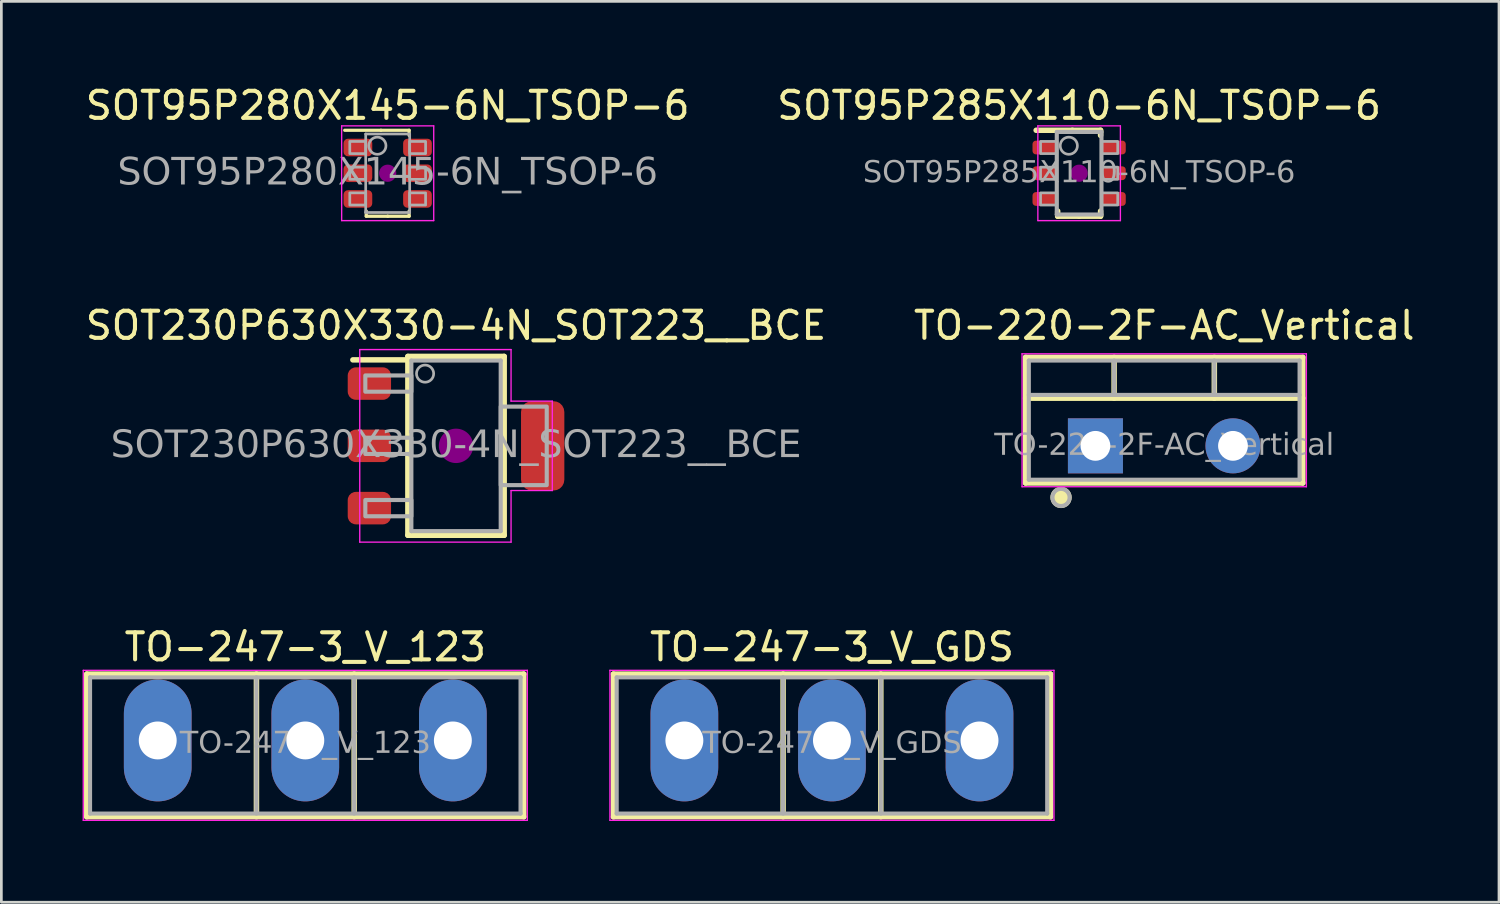
<source format=kicad_pcb>
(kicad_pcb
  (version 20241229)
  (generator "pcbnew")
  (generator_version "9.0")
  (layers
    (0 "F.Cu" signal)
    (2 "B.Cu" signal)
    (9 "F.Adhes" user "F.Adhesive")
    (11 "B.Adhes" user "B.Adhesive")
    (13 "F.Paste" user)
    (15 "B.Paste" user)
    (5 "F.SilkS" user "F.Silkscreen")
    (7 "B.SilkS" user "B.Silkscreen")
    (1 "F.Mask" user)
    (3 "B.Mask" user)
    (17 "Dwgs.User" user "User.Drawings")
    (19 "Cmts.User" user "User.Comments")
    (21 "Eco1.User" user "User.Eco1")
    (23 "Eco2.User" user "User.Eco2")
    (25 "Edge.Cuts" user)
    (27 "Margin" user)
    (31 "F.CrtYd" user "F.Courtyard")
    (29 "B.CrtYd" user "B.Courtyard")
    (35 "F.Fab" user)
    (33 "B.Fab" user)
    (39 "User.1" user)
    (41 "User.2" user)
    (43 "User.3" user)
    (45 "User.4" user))
  (footprint "SOT95P285X110-6N_TSOP-6"
    (layer "F.Cu")
    (at 36.804 3.348)
    (property "Reference" "SOT95P285X110-6N_TSOP-6" (at 0 -2.5 0) (layer "F.SilkS") (effects (font (size 1 1) (thickness 0.15))))
    (attr smd)
    (private_layers "User.1")
    (fp_line (start -0.792 1.397) (end -0.792 1.587) (stroke (width 0.203) (type solid)) (layer "F.SilkS"))
    (fp_line (start -0.792 1.587) (end 0 1.587) (stroke (width 0.203) (type solid)) (layer "F.SilkS"))
    (fp_line (start -0.249 -1.587) (end -1.587 -1.587) (stroke (width 0.203) (type solid)) (layer "F.SilkS"))
    (fp_line (start 0.792 -1.587) (end -0.249 -1.587) (stroke (width 0.203) (type solid)) (layer "F.SilkS"))
    (fp_line (start 0.792 -1.587) (end 0.792 -1.397) (stroke (width 0.203) (type solid)) (layer "F.SilkS"))
    (fp_line (start 0.792 1.397) (end 0.792 1.587) (stroke (width 0.203) (type solid)) (layer "F.SilkS"))
    (fp_line (start 0.792 1.587) (end 0 1.587) (stroke (width 0.203) (type solid)) (layer "F.SilkS"))
    (fp_circle (center 0 0) (end 0.318 0) (stroke (width 0) (type solid)) (fill yes) (layer "F.Adhes"))
    (fp_line (start -1.524 -1.75) (end 1.524 -1.75) (stroke (width 0.05) (type solid)) (layer "F.CrtYd"))
    (fp_line (start -1.524 1.75) (end -1.524 -1.75) (stroke (width 0.05) (type solid)) (layer "F.CrtYd"))
    (fp_line (start 1.524 -1.75) (end 1.524 1.75) (stroke (width 0.05) (type solid)) (layer "F.CrtYd"))
    (fp_line (start 1.524 1.75) (end -1.524 1.75) (stroke (width 0.05) (type solid)) (layer "F.CrtYd"))
    (fp_line (start -0.825 -1.525) (end -0.825 1.525) (stroke (width 0.152) (type solid)) (layer "F.Fab"))
    (fp_line (start -0.825 1.525) (end 0.825 1.525) (stroke (width 0.152) (type solid)) (layer "F.Fab"))
    (fp_line (start 0.825 -1.525) (end -0.825 -1.525) (stroke (width 0.152) (type solid)) (layer "F.Fab"))
    (fp_line (start 0.825 1.525) (end 0.825 -1.525) (stroke (width 0.152) (type solid)) (layer "F.Fab"))
    (fp_rect (start -1.425 -1.175) (end -0.825 -0.725) (stroke (width 0.1) (type solid)) (fill no) (layer "F.Fab"))
    (fp_rect (start -1.425 -0.225) (end -0.825 0.225) (stroke (width 0.1) (type solid)) (fill no) (layer "F.Fab"))
    (fp_rect (start -1.425 0.725) (end -0.825 1.175) (stroke (width 0.1) (type solid)) (fill no) (layer "F.Fab"))
    (fp_rect (start 1.425 -0.725) (end 0.825 -1.175) (stroke (width 0.1) (type solid)) (fill no) (layer "F.Fab"))
    (fp_rect (start 1.425 0.225) (end 0.825 -0.225) (stroke (width 0.1) (type solid)) (fill no) (layer "F.Fab"))
    (fp_rect (start 1.425 1.175) (end 0.825 0.725) (stroke (width 0.1) (type solid)) (fill no) (layer "F.Fab"))
    (fp_circle (center -0.381 -1.016) (end -0.064 -1.016) (stroke (width 0.1) (type solid)) (fill no) (layer "F.Fab"))
    (fp_text user "${REFERENCE}" (at 0 0 0) (layer "F.Fab") (effects (font (face "Tahoma") (size 0.8 0.8) (thickness 0.12))))
    (pad "1" smd roundrect (at -1.261 -0.95) (size 0.922 0.508) (layers "F.Cu" "F.Mask" "F.Paste") (roundrect_rratio 0.25))
    (pad "2" smd roundrect (at -1.261 0) (size 0.922 0.508) (layers "F.Cu" "F.Mask" "F.Paste") (roundrect_rratio 0.25))
    (pad "3" smd roundrect (at -1.261 0.95) (size 0.922 0.508) (layers "F.Cu" "F.Mask" "F.Paste") (roundrect_rratio 0.25))
    (pad "4" smd roundrect (at 1.261 0.95) (size 0.922 0.508) (layers "F.Cu" "F.Mask" "F.Paste") (roundrect_rratio 0.25))
    (pad "5" smd roundrect (at 1.261 0) (size 0.922 0.508) (layers "F.Cu" "F.Mask" "F.Paste") (roundrect_rratio 0.25))
    (pad "6" smd roundrect (at 1.261 -0.95) (size 0.922 0.508) (layers "F.Cu" "F.Mask" "F.Paste") (roundrect_rratio 0.25)))
  (footprint "TO-220-2F-AC_Vertical"
    (layer "F.Cu")
    (at 39.946 13.416)
    (property "Reference" "TO-220-2F-AC_Vertical" (at 0 -4.445 0) (layer "F.SilkS") (effects (font (size 1 1) (thickness 0.15))))
    (attr through_hole)
    (fp_line (start -5.12 -3.27) (end -5.12 1.371) (stroke (width 0.203) (type solid)) (layer "F.SilkS"))
    (fp_line (start -5.12 -3.27) (end 5.12 -3.27) (stroke (width 0.203) (type solid)) (layer "F.SilkS"))
    (fp_line (start -5.12 -1.76) (end 5.12 -1.76) (stroke (width 0.203) (type solid)) (layer "F.SilkS"))
    (fp_line (start -5.12 1.371) (end 5.12 1.371) (stroke (width 0.203) (type solid)) (layer "F.SilkS"))
    (fp_line (start -1.85 -3.27) (end -1.85 -1.76) (stroke (width 0.203) (type solid)) (layer "F.SilkS"))
    (fp_line (start 1.851 -3.27) (end 1.851 -1.76) (stroke (width 0.203) (type solid)) (layer "F.SilkS"))
    (fp_line (start 5.12 -3.27) (end 5.12 1.371) (stroke (width 0.203) (type solid)) (layer "F.SilkS"))
    (fp_circle (center -3.81 1.905) (end -3.493 1.905) (stroke (width 0.152) (type solid)) (fill yes) (layer "F.SilkS"))
    (fp_line (start -5.25 -3.4) (end -5.25 1.51) (stroke (width 0.05) (type solid)) (layer "F.CrtYd"))
    (fp_line (start -5.25 1.51) (end 5.25 1.51) (stroke (width 0.05) (type solid)) (layer "F.CrtYd"))
    (fp_line (start 5.25 -3.4) (end -5.25 -3.4) (stroke (width 0.05) (type solid)) (layer "F.CrtYd"))
    (fp_line (start 5.25 1.51) (end 5.25 -3.4) (stroke (width 0.05) (type solid)) (layer "F.CrtYd"))
    (fp_line (start -5 -3.15) (end -5 1.25) (stroke (width 0.152) (type solid)) (layer "F.Fab"))
    (fp_line (start -5 -1.88) (end 5 -1.88) (stroke (width 0.152) (type solid)) (layer "F.Fab"))
    (fp_line (start -5 1.25) (end 5 1.25) (stroke (width 0.152) (type solid)) (layer "F.Fab"))
    (fp_line (start -1.85 -3.15) (end -1.85 -1.88) (stroke (width 0.152) (type solid)) (layer "F.Fab"))
    (fp_line (start 1.85 -3.15) (end 1.85 -1.88) (stroke (width 0.152) (type solid)) (layer "F.Fab"))
    (fp_line (start 5 -3.15) (end -5 -3.15) (stroke (width 0.152) (type solid)) (layer "F.Fab"))
    (fp_line (start 5 1.25) (end 5 -3.15) (stroke (width 0.152) (type solid)) (layer "F.Fab"))
    (fp_circle (center -3.81 1.905) (end -3.493 1.905) (stroke (width 0.152) (type solid)) (fill no) (layer "F.Fab"))
    (fp_text user "${REFERENCE}" (at 0 0 0) (layer "F.Fab") (effects (font (face "Tahoma") (size 0.8 0.8) (thickness 0.12))))
    (pad "1" thru_hole rect (at -2.54 0 90) (size 2.032 2.032) (drill 1.1) (layers "*.Cu" "*.Mask"))
    (pad "2" thru_hole circle (at 2.54 0) (size 2.032 2.032) (drill 1.1) (layers "*.Cu" "*.Mask")))
  (footprint "TO-247-3_V_123"
    (layer "F.Cu")
    (at 2.775 24.296)
    (property "Reference" "TO-247-3_V_123" (at 5.45 -3.45 0) (layer "F.SilkS") (effects (font (size 1 1) (thickness 0.15))))
    (attr through_hole)
    (fp_line (start -2.62 -2.451) (end -2.62 2.82) (stroke (width 0.203) (type solid)) (layer "F.SilkS"))
    (fp_line (start -2.62 -2.451) (end 13.52 -2.451) (stroke (width 0.203) (type solid)) (layer "F.SilkS"))
    (fp_line (start -2.62 2.82) (end 13.52 2.82) (stroke (width 0.203) (type solid)) (layer "F.SilkS"))
    (fp_line (start 3.646 -2.451) (end 3.646 2.82) (stroke (width 0.203) (type solid)) (layer "F.SilkS"))
    (fp_line (start 7.255 -2.451) (end 7.255 2.82) (stroke (width 0.203) (type solid)) (layer "F.SilkS"))
    (fp_line (start 13.52 -2.451) (end 13.52 2.82) (stroke (width 0.203) (type solid)) (layer "F.SilkS"))
    (fp_line (start -2.75 -2.59) (end -2.75 2.95) (stroke (width 0.05) (type solid)) (layer "F.CrtYd"))
    (fp_line (start -2.75 2.95) (end 13.65 2.95) (stroke (width 0.05) (type solid)) (layer "F.CrtYd"))
    (fp_line (start 13.65 -2.59) (end -2.75 -2.59) (stroke (width 0.05) (type solid)) (layer "F.CrtYd"))
    (fp_line (start 13.65 2.95) (end 13.65 -2.59) (stroke (width 0.05) (type solid)) (layer "F.CrtYd"))
    (fp_line (start -2.5 -2.33) (end -2.5 2.7) (stroke (width 0.152) (type solid)) (layer "F.Fab"))
    (fp_line (start -2.5 2.7) (end 13.4 2.7) (stroke (width 0.152) (type solid)) (layer "F.Fab"))
    (fp_line (start 3.645 -2.33) (end 3.645 2.7) (stroke (width 0.152) (type solid)) (layer "F.Fab"))
    (fp_line (start 7.255 -2.33) (end 7.255 2.7) (stroke (width 0.152) (type solid)) (layer "F.Fab"))
    (fp_line (start 13.4 -2.33) (end -2.5 -2.33) (stroke (width 0.152) (type solid)) (layer "F.Fab"))
    (fp_line (start 13.4 2.7) (end 13.4 -2.33) (stroke (width 0.152) (type solid)) (layer "F.Fab"))
    (fp_text user "${REFERENCE}" (at 5.45 0.127 0) (layer "F.Fab") (effects (font (face "Tahoma") (size 0.8 0.8) (thickness 0.15))))
    (pad "1" thru_hole oval (at 0 0) (size 2.5 4.5) (drill 1.4) (layers "*.Cu" "*.Mask"))
    (pad "2" thru_hole oval (at 5.45 0) (size 2.5 4.5) (drill 1.4) (layers "*.Cu" "*.Mask"))
    (pad "3" thru_hole oval (at 10.9 0) (size 2.5 4.5) (drill 1.4) (layers "*.Cu" "*.Mask")))
  (footprint "SOT95P280X145-6N_TSOP-6"
    (layer "F.Cu")
    (at 11.268 3.348)
    (property "Reference" "SOT95P280X145-6N_TSOP-6" (at 0 -2.5 0) (layer "F.SilkS") (effects (font (size 1 1) (thickness 0.15))))
    (attr smd)
    (fp_line (start -0.792 1.397) (end -0.792 1.587) (stroke (width 0.12) (type solid)) (layer "F.SilkS"))
    (fp_line (start -0.792 1.587) (end 0 1.587) (stroke (width 0.12) (type solid)) (layer "F.SilkS"))
    (fp_line (start -0.249 -1.587) (end -1.587 -1.587) (stroke (width 0.12) (type solid)) (layer "F.SilkS"))
    (fp_line (start 0.792 -1.587) (end -0.249 -1.587) (stroke (width 0.12) (type solid)) (layer "F.SilkS"))
    (fp_line (start 0.792 -1.587) (end 0.792 -1.397) (stroke (width 0.12) (type solid)) (layer "F.SilkS"))
    (fp_line (start 0.792 1.397) (end 0.792 1.587) (stroke (width 0.12) (type solid)) (layer "F.SilkS"))
    (fp_line (start 0.792 1.587) (end 0 1.587) (stroke (width 0.12) (type solid)) (layer "F.SilkS"))
    (fp_circle (center 0 0) (end 0.318 0) (stroke (width 0) (type solid)) (fill yes) (layer "F.Adhes"))
    (fp_line (start -1.7 -1.75) (end 1.7 -1.75) (stroke (width 0.05) (type solid)) (layer "F.CrtYd"))
    (fp_line (start -1.7 1.75) (end -1.7 -1.75) (stroke (width 0.05) (type solid)) (layer "F.CrtYd"))
    (fp_line (start 1.7 -1.75) (end 1.7 1.75) (stroke (width 0.05) (type solid)) (layer "F.CrtYd"))
    (fp_line (start 1.7 1.75) (end -1.7 1.75) (stroke (width 0.05) (type solid)) (layer "F.CrtYd"))
    (fp_line (start -0.812 -1.45) (end -0.812 1.45) (stroke (width 0.1) (type solid)) (layer "F.Fab"))
    (fp_line (start -0.812 1.45) (end 0.812 1.45) (stroke (width 0.1) (type solid)) (layer "F.Fab"))
    (fp_line (start 0.812 -1.45) (end -0.812 -1.45) (stroke (width 0.1) (type solid)) (layer "F.Fab"))
    (fp_line (start 0.812 1.45) (end 0.812 -1.45) (stroke (width 0.1) (type solid)) (layer "F.Fab"))
    (fp_rect (start -1.4 -1.175) (end -0.812 -0.725) (stroke (width 0.1) (type solid)) (fill no) (layer "F.Fab"))
    (fp_rect (start -1.4 -0.225) (end -0.812 0.225) (stroke (width 0.1) (type solid)) (fill no) (layer "F.Fab"))
    (fp_rect (start -1.4 0.725) (end -0.812 1.175) (stroke (width 0.1) (type solid)) (fill no) (layer "F.Fab"))
    (fp_rect (start 1.4 -0.725) (end 0.812 -1.175) (stroke (width 0.1) (type solid)) (fill no) (layer "F.Fab"))
    (fp_rect (start 1.4 0.225) (end 0.812 -0.225) (stroke (width 0.1) (type solid)) (fill no) (layer "F.Fab"))
    (fp_rect (start 1.4 1.175) (end 0.812 0.725) (stroke (width 0.1) (type solid)) (fill no) (layer "F.Fab"))
    (fp_circle (center -0.381 -1.016) (end -0.064 -1.016) (stroke (width 0.1) (type solid)) (fill no) (layer "F.Fab"))
    (fp_text user "${REFERENCE}" (at 0 0 0) (layer "F.Fab") (effects (font (face "Tahoma") (size 1 1) (thickness 0.15))))
    (pad "1" smd roundrect (at -1.1 -0.95) (size 1.06 0.65) (layers "F.Cu" "F.Mask" "F.Paste") (roundrect_rratio 0.25))
    (pad "2" smd roundrect (at -1.1 0) (size 1.06 0.65) (layers "F.Cu" "F.Mask" "F.Paste") (roundrect_rratio 0.25))
    (pad "3" smd roundrect (at -1.1 0.95) (size 1.06 0.65) (layers "F.Cu" "F.Mask" "F.Paste") (roundrect_rratio 0.25))
    (pad "4" smd roundrect (at 1.1 0.95) (size 1.06 0.65) (layers "F.Cu" "F.Mask" "F.Paste") (roundrect_rratio 0.25))
    (pad "5" smd roundrect (at 1.1 0) (size 1.06 0.65) (layers "F.Cu" "F.Mask" "F.Paste") (roundrect_rratio 0.25))
    (pad "6" smd roundrect (at 1.1 -0.95) (size 1.06 0.65) (layers "F.Cu" "F.Mask" "F.Paste") (roundrect_rratio 0.25)))
  (footprint "TO-247-3_V_GDS"
    (layer "F.Cu")
    (at 22.225 24.296)
    (property "Reference" "TO-247-3_V_GDS" (at 5.45 -3.45 0) (layer "F.SilkS") (effects (font (size 1 1) (thickness 0.15))))
    (attr through_hole)
    (fp_line (start -2.62 -2.451) (end -2.62 2.82) (stroke (width 0.203) (type solid)) (layer "F.SilkS"))
    (fp_line (start -2.62 -2.451) (end 13.52 -2.451) (stroke (width 0.203) (type solid)) (layer "F.SilkS"))
    (fp_line (start -2.62 2.82) (end 13.52 2.82) (stroke (width 0.203) (type solid)) (layer "F.SilkS"))
    (fp_line (start 3.646 -2.451) (end 3.646 2.82) (stroke (width 0.203) (type solid)) (layer "F.SilkS"))
    (fp_line (start 7.255 -2.451) (end 7.255 2.82) (stroke (width 0.203) (type solid)) (layer "F.SilkS"))
    (fp_line (start 13.52 -2.451) (end 13.52 2.82) (stroke (width 0.203) (type solid)) (layer "F.SilkS"))
    (fp_line (start -2.75 -2.59) (end -2.75 2.95) (stroke (width 0.05) (type solid)) (layer "F.CrtYd"))
    (fp_line (start -2.75 2.95) (end 13.65 2.95) (stroke (width 0.05) (type solid)) (layer "F.CrtYd"))
    (fp_line (start 13.65 -2.59) (end -2.75 -2.59) (stroke (width 0.05) (type solid)) (layer "F.CrtYd"))
    (fp_line (start 13.65 2.95) (end 13.65 -2.59) (stroke (width 0.05) (type solid)) (layer "F.CrtYd"))
    (fp_line (start -2.5 -2.33) (end -2.5 2.7) (stroke (width 0.152) (type solid)) (layer "F.Fab"))
    (fp_line (start -2.5 2.7) (end 13.4 2.7) (stroke (width 0.152) (type solid)) (layer "F.Fab"))
    (fp_line (start 3.645 -2.33) (end 3.645 2.7) (stroke (width 0.152) (type solid)) (layer "F.Fab"))
    (fp_line (start 7.255 -2.33) (end 7.255 2.7) (stroke (width 0.152) (type solid)) (layer "F.Fab"))
    (fp_line (start 13.4 -2.33) (end -2.5 -2.33) (stroke (width 0.152) (type solid)) (layer "F.Fab"))
    (fp_line (start 13.4 2.7) (end 13.4 -2.33) (stroke (width 0.152) (type solid)) (layer "F.Fab"))
    (fp_text user "${REFERENCE}" (at 5.45 0.127 0) (layer "F.Fab") (effects (font (face "Tahoma") (size 0.8 0.8) (thickness 0.15))))
    (pad "D" thru_hole oval (at 5.45 0) (size 2.5 4.5) (drill 1.4) (layers "*.Cu" "*.Mask"))
    (pad "G" thru_hole oval (at 0 0) (size 2.5 4.5) (drill 1.4) (layers "*.Cu" "*.Mask"))
    (pad "S" thru_hole oval (at 10.9 0) (size 2.5 4.5) (drill 1.4) (layers "*.Cu" "*.Mask")))
  (footprint "SOT230P630X330-4N_SOT223__BCE"
    (layer "F.Cu")
    (at 13.792 13.416)
    (property "Reference" "SOT230P630X330-4N_SOT223__BCE" (at 0 -4.445 0) (layer "F.SilkS") (effects (font (size 1 1) (thickness 0.15))))
    (attr smd)
    (fp_line (start -1.778 -3.302) (end -1.778 3.302) (stroke (width 0.203) (type solid)) (layer "F.SilkS"))
    (fp_line (start -1.778 -3.175) (end -3.81 -3.175) (stroke (width 0.203) (type solid)) (layer "F.SilkS"))
    (fp_line (start 1.778 -3.302) (end -1.778 -3.302) (stroke (width 0.203) (type solid)) (layer "F.SilkS"))
    (fp_line (start 1.778 -3.302) (end 1.778 3.302) (stroke (width 0.203) (type solid)) (layer "F.SilkS"))
    (fp_line (start 1.778 3.302) (end -1.778 3.302) (stroke (width 0.203) (type solid)) (layer "F.SilkS"))
    (fp_circle (center 0 0) (end 0.635 0) (stroke (width 0) (type solid)) (fill yes) (layer "F.Adhes"))
    (fp_line (start -3.556 -3.556) (end 2.032 -3.556) (stroke (width 0.05) (type solid)) (layer "F.CrtYd"))
    (fp_line (start -3.556 3.556) (end -3.556 -3.556) (stroke (width 0.05) (type solid)) (layer "F.CrtYd"))
    (fp_line (start 2.032 -3.556) (end 2.032 -1.651) (stroke (width 0.05) (type solid)) (layer "F.CrtYd"))
    (fp_line (start 2.032 1.651) (end 2.032 3.556) (stroke (width 0.05) (type solid)) (layer "F.CrtYd"))
    (fp_line (start 2.032 3.556) (end -3.556 3.556) (stroke (width 0.05) (type solid)) (layer "F.CrtYd"))
    (fp_line (start 3.556 -1.651) (end 2.032 -1.651) (stroke (width 0.05) (type solid)) (layer "F.CrtYd"))
    (fp_line (start 3.556 -1.651) (end 3.556 1.651) (stroke (width 0.05) (type solid)) (layer "F.CrtYd"))
    (fp_line (start 3.556 1.651) (end 2.032 1.651) (stroke (width 0.05) (type solid)) (layer "F.CrtYd"))
    (fp_line (start -1.65 -3.15) (end -1.65 3.15) (stroke (width 0.152) (type solid)) (layer "F.Fab"))
    (fp_line (start 1.65 -3.15) (end -1.65 -3.15) (stroke (width 0.152) (type solid)) (layer "F.Fab"))
    (fp_line (start 1.65 3.15) (end -1.65 3.15) (stroke (width 0.152) (type solid)) (layer "F.Fab"))
    (fp_line (start 1.65 3.15) (end 1.65 -3.15) (stroke (width 0.152) (type solid)) (layer "F.Fab"))
    (fp_rect (start -3.35 -2) (end -1.65 -2.6) (stroke (width 0.152) (type solid)) (fill no) (layer "F.Fab"))
    (fp_rect (start -3.35 0.3) (end -1.65 -0.3) (stroke (width 0.152) (type solid)) (fill no) (layer "F.Fab"))
    (fp_rect (start -3.35 2.6) (end -1.65 2) (stroke (width 0.152) (type solid)) (fill no) (layer "F.Fab"))
    (fp_rect (start 3.35 -1.45) (end 1.65 1.45) (stroke (width 0.152) (type solid)) (fill no) (layer "F.Fab"))
    (fp_circle (center -1.143 -2.667) (end -0.826 -2.667) (stroke (width 0.1) (type solid)) (fill no) (layer "F.Fab"))
    (fp_text user "${REFERENCE}" (at 0 0 0) (layer "F.Fab") (effects (font (face "Tahoma") (size 1 1) (thickness 0.15))))
    (pad "B" smd roundrect (at -3.2 -2.3) (size 1.6 1.2) (layers "F.Cu" "F.Mask" "F.Paste") (roundrect_rratio 0.25))
    (pad "C" smd roundrect (at -3.2 0) (size 1.6 1.2) (layers "F.Cu" "F.Mask" "F.Paste") (roundrect_rratio 0.25))
    (pad "C" smd roundrect (at 3.2 0) (size 1.6 3.3) (layers "F.Cu" "F.Mask" "F.Paste") (roundrect_rratio 0.25))
    (pad "E" smd roundrect (at -3.2 2.3) (size 1.6 1.2) (layers "F.Cu" "F.Mask" "F.Paste") (roundrect_rratio 0.25)))
  (gr_rect
    (start -3 -3)
    (end 52.31 30.271)
    (stroke (width 0.1) (type default))
    (fill no)
    (layer "Edge.Cuts")))
</source>
